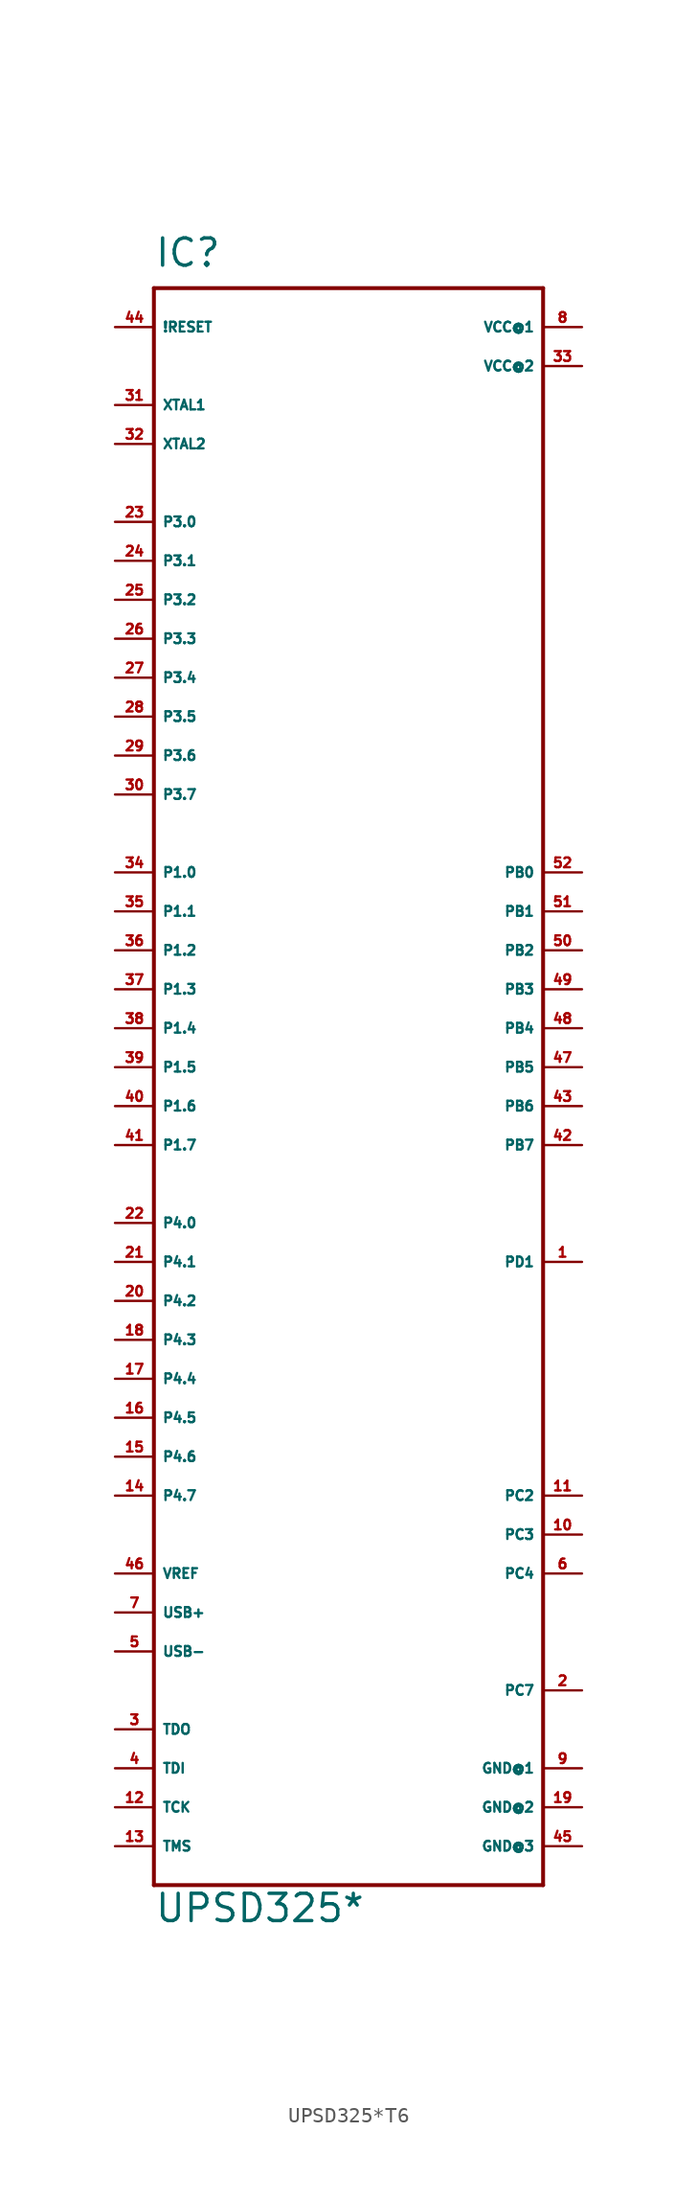
<source format=kicad_sym>
(kicad_symbol_lib
  (version 20220914)
  (generator Eagle2Kicad)
  (symbol "UPSD325*T6"
    (property "Reference" "IC"
      (at -12.7 52.07 0)
      (effects (font (size 1.778 1.778) (thickness 0.22)) (justify left bottom)))
    (property "Value" "UPSD325*"
      (at -12.7 -55.88 0)
      (effects (font (size 1.778 1.778) (thickness 0.22)) (justify left bottom)))
    (polyline
      (pts (xy -12.7 50.8) (xy 12.7 50.8))
      (stroke (width 0.254) (type default))
      (fill (type none)))
    (polyline
      (pts (xy 12.7 50.8) (xy 12.7 -53.34))
      (stroke (width 0.254) (type default))
      (fill (type none)))
    (polyline
      (pts (xy 12.7 -53.34) (xy -12.7 -53.34))
      (stroke (width 0.254) (type default))
      (fill (type none)))
    (polyline
      (pts (xy -12.7 -53.34) (xy -12.7 50.8))
      (stroke (width 0.254) (type default))
      (fill (type none)))
    (pin bidirectional line
      (at -15.24 35.56 0)
      (length 2.54)
      (name "P3.0" (effects (font (size 0.635 0.635) (thickness 0.08)) (justify left bottom)))
      (number "23" (effects (font (size 0.635 0.635) (thickness 0.08)) (justify left bottom))))
    (pin bidirectional line
      (at -15.24 33.02 0)
      (length 2.54)
      (name "P3.1" (effects (font (size 0.635 0.635) (thickness 0.08)) (justify left bottom)))
      (number "24" (effects (font (size 0.635 0.635) (thickness 0.08)) (justify left bottom))))
    (pin bidirectional line
      (at -15.24 30.48 0)
      (length 2.54)
      (name "P3.2" (effects (font (size 0.635 0.635) (thickness 0.08)) (justify left bottom)))
      (number "25" (effects (font (size 0.635 0.635) (thickness 0.08)) (justify left bottom))))
    (pin bidirectional line
      (at -15.24 27.94 0)
      (length 2.54)
      (name "P3.3" (effects (font (size 0.635 0.635) (thickness 0.08)) (justify left bottom)))
      (number "26" (effects (font (size 0.635 0.635) (thickness 0.08)) (justify left bottom))))
    (pin bidirectional line
      (at -15.24 25.4 0)
      (length 2.54)
      (name "P3.4" (effects (font (size 0.635 0.635) (thickness 0.08)) (justify left bottom)))
      (number "27" (effects (font (size 0.635 0.635) (thickness 0.08)) (justify left bottom))))
    (pin bidirectional line
      (at -15.24 22.86 0)
      (length 2.54)
      (name "P3.5" (effects (font (size 0.635 0.635) (thickness 0.08)) (justify left bottom)))
      (number "28" (effects (font (size 0.635 0.635) (thickness 0.08)) (justify left bottom))))
    (pin bidirectional line
      (at -15.24 20.32 0)
      (length 2.54)
      (name "P3.6" (effects (font (size 0.635 0.635) (thickness 0.08)) (justify left bottom)))
      (number "29" (effects (font (size 0.635 0.635) (thickness 0.08)) (justify left bottom))))
    (pin bidirectional line
      (at -15.24 17.78 0)
      (length 2.54)
      (name "P3.7" (effects (font (size 0.635 0.635) (thickness 0.08)) (justify left bottom)))
      (number "30" (effects (font (size 0.635 0.635) (thickness 0.08)) (justify left bottom))))
    (pin bidirectional line
      (at -15.24 12.7 0)
      (length 2.54)
      (name "P1.0" (effects (font (size 0.635 0.635) (thickness 0.08)) (justify left bottom)))
      (number "34" (effects (font (size 0.635 0.635) (thickness 0.08)) (justify left bottom))))
    (pin bidirectional line
      (at -15.24 10.16 0)
      (length 2.54)
      (name "P1.1" (effects (font (size 0.635 0.635) (thickness 0.08)) (justify left bottom)))
      (number "35" (effects (font (size 0.635 0.635) (thickness 0.08)) (justify left bottom))))
    (pin bidirectional line
      (at -15.24 7.62 0)
      (length 2.54)
      (name "P1.2" (effects (font (size 0.635 0.635) (thickness 0.08)) (justify left bottom)))
      (number "36" (effects (font (size 0.635 0.635) (thickness 0.08)) (justify left bottom))))
    (pin bidirectional line
      (at -15.24 5.08 0)
      (length 2.54)
      (name "P1.3" (effects (font (size 0.635 0.635) (thickness 0.08)) (justify left bottom)))
      (number "37" (effects (font (size 0.635 0.635) (thickness 0.08)) (justify left bottom))))
    (pin bidirectional line
      (at -15.24 2.54 0)
      (length 2.54)
      (name "P1.4" (effects (font (size 0.635 0.635) (thickness 0.08)) (justify left bottom)))
      (number "38" (effects (font (size 0.635 0.635) (thickness 0.08)) (justify left bottom))))
    (pin bidirectional line
      (at -15.24 0 0)
      (length 2.54)
      (name "P1.5" (effects (font (size 0.635 0.635) (thickness 0.08)) (justify left bottom)))
      (number "39" (effects (font (size 0.635 0.635) (thickness 0.08)) (justify left bottom))))
    (pin bidirectional line
      (at -15.24 -2.54 0)
      (length 2.54)
      (name "P1.6" (effects (font (size 0.635 0.635) (thickness 0.08)) (justify left bottom)))
      (number "40" (effects (font (size 0.635 0.635) (thickness 0.08)) (justify left bottom))))
    (pin bidirectional line
      (at -15.24 -5.08 0)
      (length 2.54)
      (name "P1.7" (effects (font (size 0.635 0.635) (thickness 0.08)) (justify left bottom)))
      (number "41" (effects (font (size 0.635 0.635) (thickness 0.08)) (justify left bottom))))
    (pin bidirectional line
      (at -15.24 -10.16 0)
      (length 2.54)
      (name "P4.0" (effects (font (size 0.635 0.635) (thickness 0.08)) (justify left bottom)))
      (number "22" (effects (font (size 0.635 0.635) (thickness 0.08)) (justify left bottom))))
    (pin bidirectional line
      (at -15.24 -12.7 0)
      (length 2.54)
      (name "P4.1" (effects (font (size 0.635 0.635) (thickness 0.08)) (justify left bottom)))
      (number "21" (effects (font (size 0.635 0.635) (thickness 0.08)) (justify left bottom))))
    (pin bidirectional line
      (at -15.24 -15.24 0)
      (length 2.54)
      (name "P4.2" (effects (font (size 0.635 0.635) (thickness 0.08)) (justify left bottom)))
      (number "20" (effects (font (size 0.635 0.635) (thickness 0.08)) (justify left bottom))))
    (pin bidirectional line
      (at -15.24 -17.78 0)
      (length 2.54)
      (name "P4.3" (effects (font (size 0.635 0.635) (thickness 0.08)) (justify left bottom)))
      (number "18" (effects (font (size 0.635 0.635) (thickness 0.08)) (justify left bottom))))
    (pin bidirectional line
      (at -15.24 -20.32 0)
      (length 2.54)
      (name "P4.4" (effects (font (size 0.635 0.635) (thickness 0.08)) (justify left bottom)))
      (number "17" (effects (font (size 0.635 0.635) (thickness 0.08)) (justify left bottom))))
    (pin bidirectional line
      (at -15.24 -22.86 0)
      (length 2.54)
      (name "P4.5" (effects (font (size 0.635 0.635) (thickness 0.08)) (justify left bottom)))
      (number "16" (effects (font (size 0.635 0.635) (thickness 0.08)) (justify left bottom))))
    (pin bidirectional line
      (at -15.24 -25.4 0)
      (length 2.54)
      (name "P4.6" (effects (font (size 0.635 0.635) (thickness 0.08)) (justify left bottom)))
      (number "15" (effects (font (size 0.635 0.635) (thickness 0.08)) (justify left bottom))))
    (pin bidirectional line
      (at -15.24 -27.94 0)
      (length 2.54)
      (name "P4.7" (effects (font (size 0.635 0.635) (thickness 0.08)) (justify left bottom)))
      (number "14" (effects (font (size 0.635 0.635) (thickness 0.08)) (justify left bottom))))
    (pin bidirectional line
      (at 15.24 12.7 180)
      (length 2.54)
      (name "PB0" (effects (font (size 0.635 0.635) (thickness 0.08)) (justify left bottom)))
      (number "52" (effects (font (size 0.635 0.635) (thickness 0.08)) (justify left bottom))))
    (pin bidirectional line
      (at 15.24 10.16 180)
      (length 2.54)
      (name "PB1" (effects (font (size 0.635 0.635) (thickness 0.08)) (justify left bottom)))
      (number "51" (effects (font (size 0.635 0.635) (thickness 0.08)) (justify left bottom))))
    (pin bidirectional line
      (at 15.24 7.62 180)
      (length 2.54)
      (name "PB2" (effects (font (size 0.635 0.635) (thickness 0.08)) (justify left bottom)))
      (number "50" (effects (font (size 0.635 0.635) (thickness 0.08)) (justify left bottom))))
    (pin bidirectional line
      (at 15.24 5.08 180)
      (length 2.54)
      (name "PB3" (effects (font (size 0.635 0.635) (thickness 0.08)) (justify left bottom)))
      (number "49" (effects (font (size 0.635 0.635) (thickness 0.08)) (justify left bottom))))
    (pin bidirectional line
      (at 15.24 2.54 180)
      (length 2.54)
      (name "PB4" (effects (font (size 0.635 0.635) (thickness 0.08)) (justify left bottom)))
      (number "48" (effects (font (size 0.635 0.635) (thickness 0.08)) (justify left bottom))))
    (pin bidirectional line
      (at 15.24 0 180)
      (length 2.54)
      (name "PB5" (effects (font (size 0.635 0.635) (thickness 0.08)) (justify left bottom)))
      (number "47" (effects (font (size 0.635 0.635) (thickness 0.08)) (justify left bottom))))
    (pin bidirectional line
      (at 15.24 -2.54 180)
      (length 2.54)
      (name "PB6" (effects (font (size 0.635 0.635) (thickness 0.08)) (justify left bottom)))
      (number "43" (effects (font (size 0.635 0.635) (thickness 0.08)) (justify left bottom))))
    (pin bidirectional line
      (at 15.24 -5.08 180)
      (length 2.54)
      (name "PB7" (effects (font (size 0.635 0.635) (thickness 0.08)) (justify left bottom)))
      (number "42" (effects (font (size 0.635 0.635) (thickness 0.08)) (justify left bottom))))
    (pin bidirectional line
      (at 15.24 -12.7 180)
      (length 2.54)
      (name "PD1" (effects (font (size 0.635 0.635) (thickness 0.08)) (justify left bottom)))
      (number "1" (effects (font (size 0.635 0.635) (thickness 0.08)) (justify left bottom))))
    (pin bidirectional line
      (at 15.24 -27.94 180)
      (length 2.54)
      (name "PC2" (effects (font (size 0.635 0.635) (thickness 0.08)) (justify left bottom)))
      (number "11" (effects (font (size 0.635 0.635) (thickness 0.08)) (justify left bottom))))
    (pin bidirectional line
      (at 15.24 -30.48 180)
      (length 2.54)
      (name "PC3" (effects (font (size 0.635 0.635) (thickness 0.08)) (justify left bottom)))
      (number "10" (effects (font (size 0.635 0.635) (thickness 0.08)) (justify left bottom))))
    (pin bidirectional line
      (at 15.24 -33.02 180)
      (length 2.54)
      (name "PC4" (effects (font (size 0.635 0.635) (thickness 0.08)) (justify left bottom)))
      (number "6" (effects (font (size 0.635 0.635) (thickness 0.08)) (justify left bottom))))
    (pin bidirectional line
      (at 15.24 -40.64 180)
      (length 2.54)
      (name "PC7" (effects (font (size 0.635 0.635) (thickness 0.08)) (justify left bottom)))
      (number "2" (effects (font (size 0.635 0.635) (thickness 0.08)) (justify left bottom))))
    (pin bidirectional line
      (at -15.24 -35.56 0)
      (length 2.54)
      (name "USB+" (effects (font (size 0.635 0.635) (thickness 0.08)) (justify left bottom)))
      (number "7" (effects (font (size 0.635 0.635) (thickness 0.08)) (justify left bottom))))
    (pin bidirectional line
      (at -15.24 -38.1 0)
      (length 2.54)
      (name "USB-" (effects (font (size 0.635 0.635) (thickness 0.08)) (justify left bottom)))
      (number "5" (effects (font (size 0.635 0.635) (thickness 0.08)) (justify left bottom))))
    (pin output line
      (at -15.24 -43.18 0)
      (length 2.54)
      (name "TDO" (effects (font (size 0.635 0.635) (thickness 0.08)) (justify left bottom)))
      (number "3" (effects (font (size 0.635 0.635) (thickness 0.08)) (justify left bottom))))
    (pin input line
      (at -15.24 -45.72 0)
      (length 2.54)
      (name "TDI" (effects (font (size 0.635 0.635) (thickness 0.08)) (justify left bottom)))
      (number "4" (effects (font (size 0.635 0.635) (thickness 0.08)) (justify left bottom))))
    (pin input line
      (at -15.24 -48.26 0)
      (length 2.54)
      (name "TCK" (effects (font (size 0.635 0.635) (thickness 0.08)) (justify left bottom)))
      (number "12" (effects (font (size 0.635 0.635) (thickness 0.08)) (justify left bottom))))
    (pin input line
      (at -15.24 -50.8 0)
      (length 2.54)
      (name "TMS" (effects (font (size 0.635 0.635) (thickness 0.08)) (justify left bottom)))
      (number "13" (effects (font (size 0.635 0.635) (thickness 0.08)) (justify left bottom))))
    (pin input line
      (at -15.24 43.18 0)
      (length 2.54)
      (name "XTAL1" (effects (font (size 0.635 0.635) (thickness 0.08)) (justify left bottom)))
      (number "31" (effects (font (size 0.635 0.635) (thickness 0.08)) (justify left bottom))))
    (pin output line
      (at -15.24 40.64 0)
      (length 2.54)
      (name "XTAL2" (effects (font (size 0.635 0.635) (thickness 0.08)) (justify left bottom)))
      (number "32" (effects (font (size 0.635 0.635) (thickness 0.08)) (justify left bottom))))
    (pin input line
      (at -15.24 48.26 0)
      (length 2.54)
      (name "!RESET" (effects (font (size 0.635 0.635) (thickness 0.08)) (justify left bottom)))
      (number "44" (effects (font (size 0.635 0.635) (thickness 0.08)) (justify left bottom))))
    (pin unspecified line
      (at 15.24 -45.72 180)
      (length 2.54)
      (name "GND@1" (effects (font (size 0.635 0.635) (thickness 0.08)) (justify left bottom)))
      (number "9" (effects (font (size 0.635 0.635) (thickness 0.08)) (justify left bottom))))
    (pin unspecified line
      (at 15.24 -48.26 180)
      (length 2.54)
      (name "GND@2" (effects (font (size 0.635 0.635) (thickness 0.08)) (justify left bottom)))
      (number "19" (effects (font (size 0.635 0.635) (thickness 0.08)) (justify left bottom))))
    (pin unspecified line
      (at 15.24 48.26 180)
      (length 2.54)
      (name "VCC@1" (effects (font (size 0.635 0.635) (thickness 0.08)) (justify left bottom)))
      (number "8" (effects (font (size 0.635 0.635) (thickness 0.08)) (justify left bottom))))
    (pin unspecified line
      (at 15.24 45.72 180)
      (length 2.54)
      (name "VCC@2" (effects (font (size 0.635 0.635) (thickness 0.08)) (justify left bottom)))
      (number "33" (effects (font (size 0.635 0.635) (thickness 0.08)) (justify left bottom))))
    (pin output line
      (at -15.24 -33.02 0)
      (length 2.54)
      (name "VREF" (effects (font (size 0.635 0.635) (thickness 0.08)) (justify left bottom)))
      (number "46" (effects (font (size 0.635 0.635) (thickness 0.08)) (justify left bottom))))
    (pin unspecified line
      (at 15.24 -50.8 180)
      (length 2.54)
      (name "GND@3" (effects (font (size 0.635 0.635) (thickness 0.08)) (justify left bottom)))
      (number "45" (effects (font (size 0.635 0.635) (thickness 0.08)) (justify left bottom))))))
</source>
